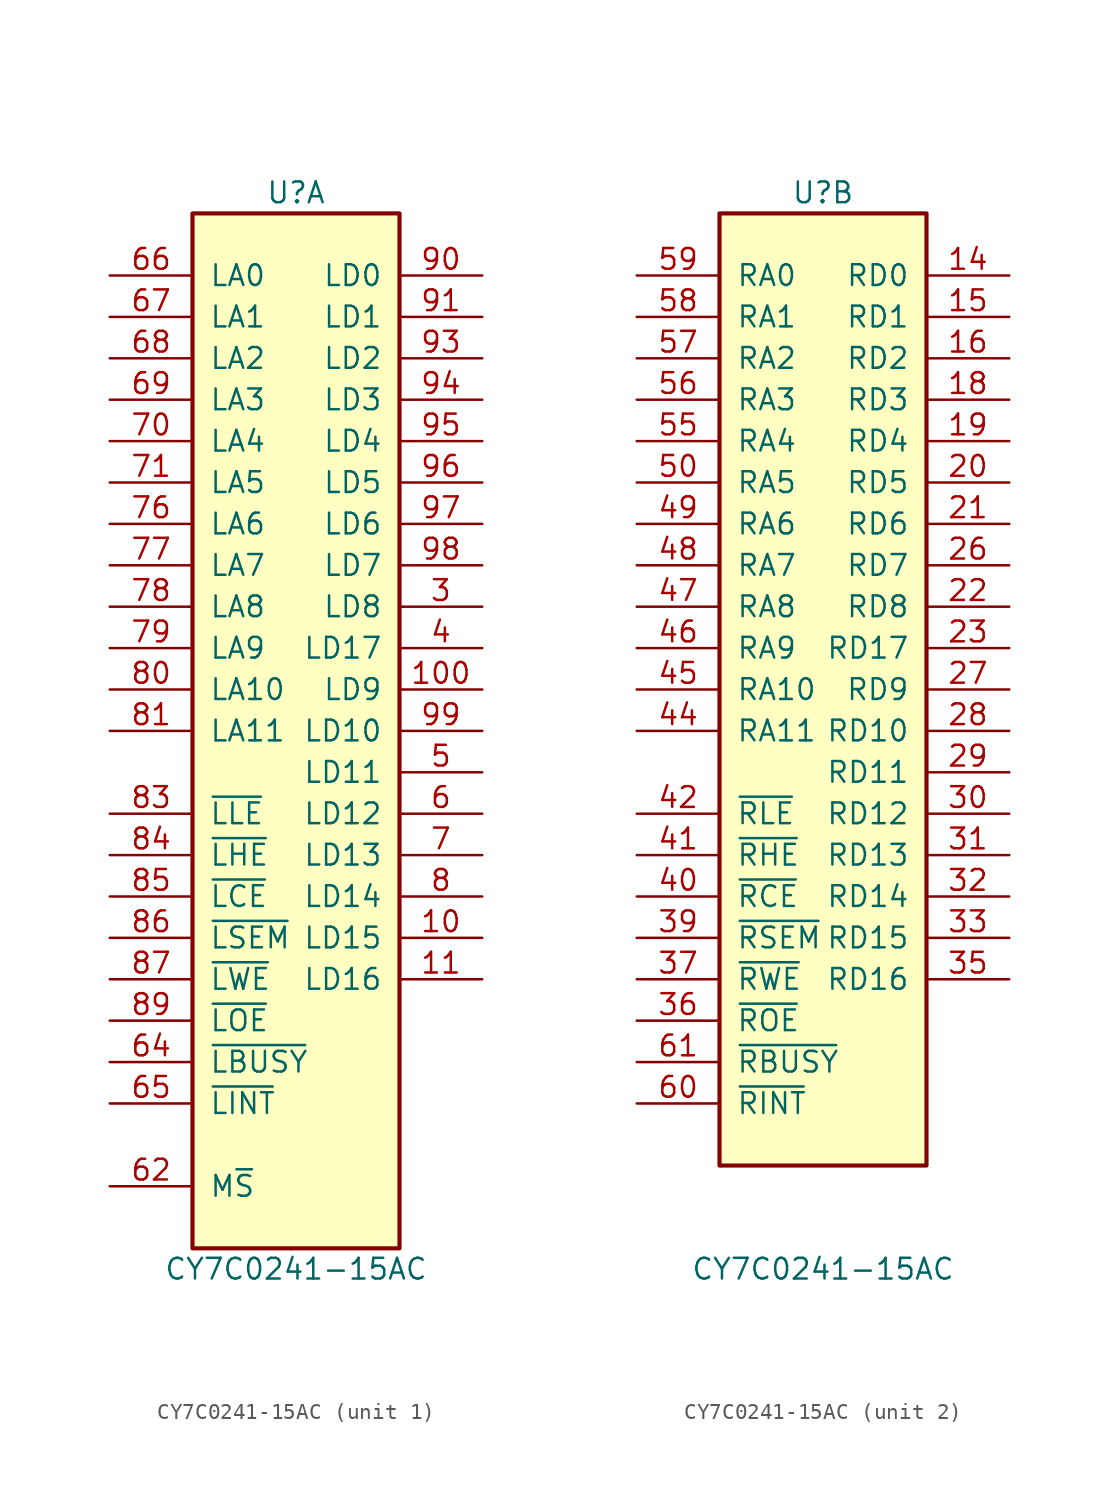
<source format=kicad_sym>
(kicad_symbol_lib
  (version 20211014)
  (generator kicad_symbol_editor)
  (symbol "CY7C0241-15AC"
    (pin_names
      (offset 1.016))
    (property "Reference" "U"
      (at 0 30.48 0)
      (effects (font (size 1.27 1.27))))
    (property "Value" "CY7C0241-15AC"
      (at 0 -35.56 0)
      (effects (font (size 1.27 1.27))))
    (property "ki_locked" ""
      (at 0 0 0)
      (effects (font (size 1.27 1.27))))
    (symbol "CY7C0241-15AC_1_1"
      (rectangle (start -6.35 29.21) (end 6.35 -34.29) (stroke (width 0.254) (type default) (color 0 0 0 0)) (fill (type background)))
      (pin no_connect line (at 0 16.51 180) (length 0) hide (name "NC" (effects (font (size 1.27 1.27)))) (number "1" (effects (font (size 1.27 1.27)))))
      (pin bidirectional line (at 11.43 -15.24 180) (length 5.08) (name "LD15" (effects (font (size 1.27 1.27)))) (number "10" (effects (font (size 1.27 1.27)))))
      (pin bidirectional line (at 11.43 0 180) (length 5.08) (name "LD9" (effects (font (size 1.27 1.27)))) (number "100" (effects (font (size 1.27 1.27)))))
      (pin bidirectional line (at 11.43 -17.78 180) (length 5.08) (name "LD16" (effects (font (size 1.27 1.27)))) (number "11" (effects (font (size 1.27 1.27)))))
      (pin power_in line (at 11.43 -20.32 180) (length 5.08) hide (name "+5V" (effects (font (size 1.27 1.27)))) (number "12" (effects (font (size 1.27 1.27)))))
      (pin power_in line (at 11.43 -27.94 180) (length 5.08) hide (name "GND" (effects (font (size 1.27 1.27)))) (number "13" (effects (font (size 1.27 1.27)))))
      (pin power_in line (at 11.43 -22.86 180) (length 5.08) hide (name "+5V" (effects (font (size 1.27 1.27)))) (number "17" (effects (font (size 1.27 1.27)))))
      (pin no_connect line (at 0 13.97 180) (length 0) hide (name "NC" (effects (font (size 1.27 1.27)))) (number "2" (effects (font (size 1.27 1.27)))))
      (pin no_connect line (at 0 11.43 180) (length 0) hide (name "NC" (effects (font (size 1.27 1.27)))) (number "24" (effects (font (size 1.27 1.27)))))
      (pin no_connect line (at 0 8.89 180) (length 0) hide (name "NC" (effects (font (size 1.27 1.27)))) (number "25" (effects (font (size 1.27 1.27)))))
      (pin bidirectional line (at 11.43 5.08 180) (length 5.08) (name "LD8" (effects (font (size 1.27 1.27)))) (number "3" (effects (font (size 1.27 1.27)))))
      (pin power_in line (at 11.43 -30.48 180) (length 5.08) hide (name "GND" (effects (font (size 1.27 1.27)))) (number "34" (effects (font (size 1.27 1.27)))))
      (pin bidirectional line (at 11.43 2.54 180) (length 5.08) (name "LD17" (effects (font (size 1.27 1.27)))) (number "4" (effects (font (size 1.27 1.27)))))
      (pin no_connect line (at 0 6.35 180) (length 0) hide (name "NC" (effects (font (size 1.27 1.27)))) (number "43" (effects (font (size 1.27 1.27)))))
      (pin bidirectional line (at 11.43 -5.08 180) (length 5.08) (name "LD11" (effects (font (size 1.27 1.27)))) (number "5" (effects (font (size 1.27 1.27)))))
      (pin no_connect line (at 0 3.81 180) (length 0) hide (name "NC" (effects (font (size 1.27 1.27)))) (number "51" (effects (font (size 1.27 1.27)))))
      (pin no_connect line (at 0 1.27 180) (length 0) hide (name "NC" (effects (font (size 1.27 1.27)))) (number "52" (effects (font (size 1.27 1.27)))))
      (pin no_connect line (at 0 -1.27 180) (length 0) hide (name "NC" (effects (font (size 1.27 1.27)))) (number "53" (effects (font (size 1.27 1.27)))))
      (pin no_connect line (at 0 -3.81 180) (length 0) hide (name "NC" (effects (font (size 1.27 1.27)))) (number "54" (effects (font (size 1.27 1.27)))))
      (pin bidirectional line (at 11.43 -7.62 180) (length 5.08) (name "LD12" (effects (font (size 1.27 1.27)))) (number "6" (effects (font (size 1.27 1.27)))))
      (pin input line (at -11.43 -30.48 0) (length 5.08) (name "M~{S}" (effects (font (size 1.27 1.27)))) (number "62" (effects (font (size 1.27 1.27)))))
      (pin bidirectional line (at -11.43 -22.86 0) (length 5.08) (name "~{LBUSY}" (effects (font (size 1.27 1.27)))) (number "64" (effects (font (size 1.27 1.27)))))
      (pin output line (at -11.43 -25.4 0) (length 5.08) (name "~{LINT}" (effects (font (size 1.27 1.27)))) (number "65" (effects (font (size 1.27 1.27)))))
      (pin input line (at -11.43 25.4 0) (length 5.08) (name "LA0" (effects (font (size 1.27 1.27)))) (number "66" (effects (font (size 1.27 1.27)))))
      (pin input line (at -11.43 22.86 0) (length 5.08) (name "LA1" (effects (font (size 1.27 1.27)))) (number "67" (effects (font (size 1.27 1.27)))))
      (pin input line (at -11.43 20.32 0) (length 5.08) (name "LA2" (effects (font (size 1.27 1.27)))) (number "68" (effects (font (size 1.27 1.27)))))
      (pin input line (at -11.43 17.78 0) (length 5.08) (name "LA3" (effects (font (size 1.27 1.27)))) (number "69" (effects (font (size 1.27 1.27)))))
      (pin bidirectional line (at 11.43 -10.16 180) (length 5.08) (name "LD13" (effects (font (size 1.27 1.27)))) (number "7" (effects (font (size 1.27 1.27)))))
      (pin input line (at -11.43 15.24 0) (length 5.08) (name "LA4" (effects (font (size 1.27 1.27)))) (number "70" (effects (font (size 1.27 1.27)))))
      (pin input line (at -11.43 12.7 0) (length 5.08) (name "LA5" (effects (font (size 1.27 1.27)))) (number "71" (effects (font (size 1.27 1.27)))))
      (pin no_connect line (at 0 -6.35 180) (length 0) hide (name "NC" (effects (font (size 1.27 1.27)))) (number "72" (effects (font (size 1.27 1.27)))))
      (pin no_connect line (at 0 -8.89 180) (length 0) hide (name "NC" (effects (font (size 1.27 1.27)))) (number "73" (effects (font (size 1.27 1.27)))))
      (pin no_connect line (at 0 -11.43 180) (length 0) hide (name "NC" (effects (font (size 1.27 1.27)))) (number "74" (effects (font (size 1.27 1.27)))))
      (pin no_connect line (at 0 -13.97 180) (length 0) hide (name "NC" (effects (font (size 1.27 1.27)))) (number "75" (effects (font (size 1.27 1.27)))))
      (pin input line (at -11.43 10.16 0) (length 5.08) (name "LA6" (effects (font (size 1.27 1.27)))) (number "76" (effects (font (size 1.27 1.27)))))
      (pin input line (at -11.43 7.62 0) (length 5.08) (name "LA7" (effects (font (size 1.27 1.27)))) (number "77" (effects (font (size 1.27 1.27)))))
      (pin input line (at -11.43 5.08 0) (length 5.08) (name "LA8" (effects (font (size 1.27 1.27)))) (number "78" (effects (font (size 1.27 1.27)))))
      (pin input line (at -11.43 2.54 0) (length 5.08) (name "LA9" (effects (font (size 1.27 1.27)))) (number "79" (effects (font (size 1.27 1.27)))))
      (pin bidirectional line (at 11.43 -12.7 180) (length 5.08) (name "LD14" (effects (font (size 1.27 1.27)))) (number "8" (effects (font (size 1.27 1.27)))))
      (pin input line (at -11.43 0 0) (length 5.08) (name "LA10" (effects (font (size 1.27 1.27)))) (number "80" (effects (font (size 1.27 1.27)))))
      (pin input line (at -11.43 -2.54 0) (length 5.08) (name "LA11" (effects (font (size 1.27 1.27)))) (number "81" (effects (font (size 1.27 1.27)))))
      (pin no_connect line (at 0 -16.51 180) (length 0) hide (name "NC" (effects (font (size 1.27 1.27)))) (number "82" (effects (font (size 1.27 1.27)))))
      (pin input line (at -11.43 -7.62 0) (length 5.08) (name "~{LLE}" (effects (font (size 1.27 1.27)))) (number "83" (effects (font (size 1.27 1.27)))))
      (pin input line (at -11.43 -10.16 0) (length 5.08) (name "~{LHE}" (effects (font (size 1.27 1.27)))) (number "84" (effects (font (size 1.27 1.27)))))
      (pin input line (at -11.43 -12.7 0) (length 5.08) (name "~{LCE}" (effects (font (size 1.27 1.27)))) (number "85" (effects (font (size 1.27 1.27)))))
      (pin input line (at -11.43 -15.24 0) (length 5.08) (name "~{LSEM}" (effects (font (size 1.27 1.27)))) (number "86" (effects (font (size 1.27 1.27)))))
      (pin input line (at -11.43 -17.78 0) (length 5.08) (name "~{LWE}" (effects (font (size 1.27 1.27)))) (number "87" (effects (font (size 1.27 1.27)))))
      (pin input line (at -11.43 -20.32 0) (length 5.08) (name "~{LOE}" (effects (font (size 1.27 1.27)))) (number "89" (effects (font (size 1.27 1.27)))))
      (pin power_in line (at 11.43 -25.4 180) (length 5.08) hide (name "GND" (effects (font (size 1.27 1.27)))) (number "9" (effects (font (size 1.27 1.27)))))
      (pin bidirectional line (at 11.43 25.4 180) (length 5.08) (name "LD0" (effects (font (size 1.27 1.27)))) (number "90" (effects (font (size 1.27 1.27)))))
      (pin bidirectional line (at 11.43 22.86 180) (length 5.08) (name "LD1" (effects (font (size 1.27 1.27)))) (number "91" (effects (font (size 1.27 1.27)))))
      (pin bidirectional line (at 11.43 20.32 180) (length 5.08) (name "LD2" (effects (font (size 1.27 1.27)))) (number "93" (effects (font (size 1.27 1.27)))))
      (pin bidirectional line (at 11.43 17.78 180) (length 5.08) (name "LD3" (effects (font (size 1.27 1.27)))) (number "94" (effects (font (size 1.27 1.27)))))
      (pin bidirectional line (at 11.43 15.24 180) (length 5.08) (name "LD4" (effects (font (size 1.27 1.27)))) (number "95" (effects (font (size 1.27 1.27)))))
      (pin bidirectional line (at 11.43 12.7 180) (length 5.08) (name "LD5" (effects (font (size 1.27 1.27)))) (number "96" (effects (font (size 1.27 1.27)))))
      (pin bidirectional line (at 11.43 10.16 180) (length 5.08) (name "LD6" (effects (font (size 1.27 1.27)))) (number "97" (effects (font (size 1.27 1.27)))))
      (pin bidirectional line (at 11.43 7.62 180) (length 5.08) (name "LD7" (effects (font (size 1.27 1.27)))) (number "98" (effects (font (size 1.27 1.27)))))
      (pin bidirectional line (at 11.43 -2.54 180) (length 5.08) (name "LD10" (effects (font (size 1.27 1.27)))) (number "99" (effects (font (size 1.27 1.27))))))
    (symbol "CY7C0241-15AC_2_1"
      (rectangle (start -6.35 29.21) (end 6.35 -29.21) (stroke (width 0.254) (type default) (color 0 0 0 0)) (fill (type background)))
      (pin bidirectional line (at 11.43 25.4 180) (length 5.08) (name "RD0" (effects (font (size 1.27 1.27)))) (number "14" (effects (font (size 1.27 1.27)))))
      (pin bidirectional line (at 11.43 22.86 180) (length 5.08) (name "RD1" (effects (font (size 1.27 1.27)))) (number "15" (effects (font (size 1.27 1.27)))))
      (pin bidirectional line (at 11.43 20.32 180) (length 5.08) (name "RD2" (effects (font (size 1.27 1.27)))) (number "16" (effects (font (size 1.27 1.27)))))
      (pin bidirectional line (at 11.43 17.78 180) (length 5.08) (name "RD3" (effects (font (size 1.27 1.27)))) (number "18" (effects (font (size 1.27 1.27)))))
      (pin bidirectional line (at 11.43 15.24 180) (length 5.08) (name "RD4" (effects (font (size 1.27 1.27)))) (number "19" (effects (font (size 1.27 1.27)))))
      (pin bidirectional line (at 11.43 12.7 180) (length 5.08) (name "RD5" (effects (font (size 1.27 1.27)))) (number "20" (effects (font (size 1.27 1.27)))))
      (pin bidirectional line (at 11.43 10.16 180) (length 5.08) (name "RD6" (effects (font (size 1.27 1.27)))) (number "21" (effects (font (size 1.27 1.27)))))
      (pin bidirectional line (at 11.43 5.08 180) (length 5.08) (name "RD8" (effects (font (size 1.27 1.27)))) (number "22" (effects (font (size 1.27 1.27)))))
      (pin bidirectional line (at 11.43 2.54 180) (length 5.08) (name "RD17" (effects (font (size 1.27 1.27)))) (number "23" (effects (font (size 1.27 1.27)))))
      (pin bidirectional line (at 11.43 7.62 180) (length 5.08) (name "RD7" (effects (font (size 1.27 1.27)))) (number "26" (effects (font (size 1.27 1.27)))))
      (pin bidirectional line (at 11.43 0 180) (length 5.08) (name "RD9" (effects (font (size 1.27 1.27)))) (number "27" (effects (font (size 1.27 1.27)))))
      (pin bidirectional line (at 11.43 -2.54 180) (length 5.08) (name "RD10" (effects (font (size 1.27 1.27)))) (number "28" (effects (font (size 1.27 1.27)))))
      (pin bidirectional line (at 11.43 -5.08 180) (length 5.08) (name "RD11" (effects (font (size 1.27 1.27)))) (number "29" (effects (font (size 1.27 1.27)))))
      (pin bidirectional line (at 11.43 -7.62 180) (length 5.08) (name "RD12" (effects (font (size 1.27 1.27)))) (number "30" (effects (font (size 1.27 1.27)))))
      (pin bidirectional line (at 11.43 -10.16 180) (length 5.08) (name "RD13" (effects (font (size 1.27 1.27)))) (number "31" (effects (font (size 1.27 1.27)))))
      (pin bidirectional line (at 11.43 -12.7 180) (length 5.08) (name "RD14" (effects (font (size 1.27 1.27)))) (number "32" (effects (font (size 1.27 1.27)))))
      (pin bidirectional line (at 11.43 -15.24 180) (length 5.08) (name "RD15" (effects (font (size 1.27 1.27)))) (number "33" (effects (font (size 1.27 1.27)))))
      (pin bidirectional line (at 11.43 -17.78 180) (length 5.08) (name "RD16" (effects (font (size 1.27 1.27)))) (number "35" (effects (font (size 1.27 1.27)))))
      (pin input line (at -11.43 -20.32 0) (length 5.08) (name "~{ROE}" (effects (font (size 1.27 1.27)))) (number "36" (effects (font (size 1.27 1.27)))))
      (pin input line (at -11.43 -17.78 0) (length 5.08) (name "~{RWE}" (effects (font (size 1.27 1.27)))) (number "37" (effects (font (size 1.27 1.27)))))
      (pin power_in line (at 11.43 -27.94 180) (length 5.08) hide (name "GND" (effects (font (size 1.27 1.27)))) (number "38" (effects (font (size 1.27 1.27)))))
      (pin input line (at -11.43 -15.24 0) (length 5.08) (name "~{RSEM}" (effects (font (size 1.27 1.27)))) (number "39" (effects (font (size 1.27 1.27)))))
      (pin input line (at -11.43 -12.7 0) (length 5.08) (name "~{RCE}" (effects (font (size 1.27 1.27)))) (number "40" (effects (font (size 1.27 1.27)))))
      (pin input line (at -11.43 -10.16 0) (length 5.08) (name "~{RHE}" (effects (font (size 1.27 1.27)))) (number "41" (effects (font (size 1.27 1.27)))))
      (pin input line (at -11.43 -7.62 0) (length 5.08) (name "~{RLE}" (effects (font (size 1.27 1.27)))) (number "42" (effects (font (size 1.27 1.27)))))
      (pin input line (at -11.43 -2.54 0) (length 5.08) (name "RA11" (effects (font (size 1.27 1.27)))) (number "44" (effects (font (size 1.27 1.27)))))
      (pin input line (at -11.43 0 0) (length 5.08) (name "RA10" (effects (font (size 1.27 1.27)))) (number "45" (effects (font (size 1.27 1.27)))))
      (pin input line (at -11.43 2.54 0) (length 5.08) (name "RA9" (effects (font (size 1.27 1.27)))) (number "46" (effects (font (size 1.27 1.27)))))
      (pin input line (at -11.43 5.08 0) (length 5.08) (name "RA8" (effects (font (size 1.27 1.27)))) (number "47" (effects (font (size 1.27 1.27)))))
      (pin input line (at -11.43 7.62 0) (length 5.08) (name "RA7" (effects (font (size 1.27 1.27)))) (number "48" (effects (font (size 1.27 1.27)))))
      (pin input line (at -11.43 10.16 0) (length 5.08) (name "RA6" (effects (font (size 1.27 1.27)))) (number "49" (effects (font (size 1.27 1.27)))))
      (pin input line (at -11.43 12.7 0) (length 5.08) (name "RA5" (effects (font (size 1.27 1.27)))) (number "50" (effects (font (size 1.27 1.27)))))
      (pin input line (at -11.43 15.24 0) (length 5.08) (name "RA4" (effects (font (size 1.27 1.27)))) (number "55" (effects (font (size 1.27 1.27)))))
      (pin input line (at -11.43 17.78 0) (length 5.08) (name "RA3" (effects (font (size 1.27 1.27)))) (number "56" (effects (font (size 1.27 1.27)))))
      (pin input line (at -11.43 20.32 0) (length 5.08) (name "RA2" (effects (font (size 1.27 1.27)))) (number "57" (effects (font (size 1.27 1.27)))))
      (pin input line (at -11.43 22.86 0) (length 5.08) (name "RA1" (effects (font (size 1.27 1.27)))) (number "58" (effects (font (size 1.27 1.27)))))
      (pin input line (at -11.43 25.4 0) (length 5.08) (name "RA0" (effects (font (size 1.27 1.27)))) (number "59" (effects (font (size 1.27 1.27)))))
      (pin output line (at -11.43 -25.4 0) (length 5.08) (name "~{RINT}" (effects (font (size 1.27 1.27)))) (number "60" (effects (font (size 1.27 1.27)))))
      (pin bidirectional line (at -11.43 -22.86 0) (length 5.08) (name "~{RBUSY}" (effects (font (size 1.27 1.27)))) (number "61" (effects (font (size 1.27 1.27)))))
      (pin power_in line (at 11.43 -25.4 180) (length 5.08) hide (name "GND" (effects (font (size 1.27 1.27)))) (number "63" (effects (font (size 1.27 1.27)))))
      (pin power_in line (at 11.43 -20.32 180) (length 5.08) hide (name "+5V" (effects (font (size 1.27 1.27)))) (number "88" (effects (font (size 1.27 1.27)))))
      (pin power_in line (at 11.43 -22.86 180) (length 5.08) hide (name "GND" (effects (font (size 1.27 1.27)))) (number "92" (effects (font (size 1.27 1.27))))))))
</source>
